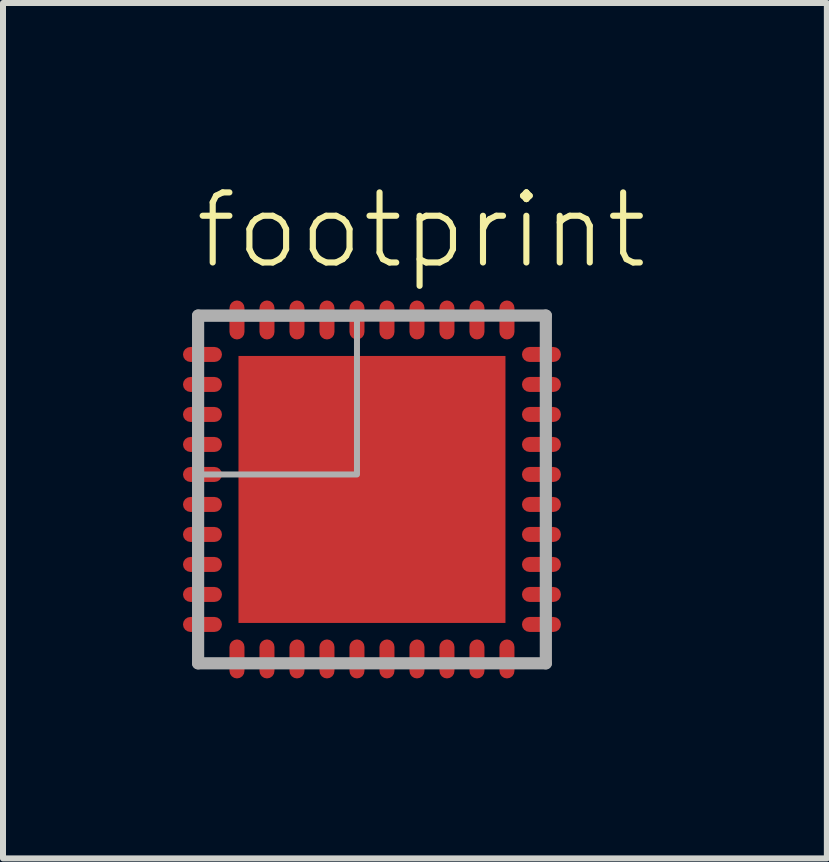
<source format=kicad_pcb>
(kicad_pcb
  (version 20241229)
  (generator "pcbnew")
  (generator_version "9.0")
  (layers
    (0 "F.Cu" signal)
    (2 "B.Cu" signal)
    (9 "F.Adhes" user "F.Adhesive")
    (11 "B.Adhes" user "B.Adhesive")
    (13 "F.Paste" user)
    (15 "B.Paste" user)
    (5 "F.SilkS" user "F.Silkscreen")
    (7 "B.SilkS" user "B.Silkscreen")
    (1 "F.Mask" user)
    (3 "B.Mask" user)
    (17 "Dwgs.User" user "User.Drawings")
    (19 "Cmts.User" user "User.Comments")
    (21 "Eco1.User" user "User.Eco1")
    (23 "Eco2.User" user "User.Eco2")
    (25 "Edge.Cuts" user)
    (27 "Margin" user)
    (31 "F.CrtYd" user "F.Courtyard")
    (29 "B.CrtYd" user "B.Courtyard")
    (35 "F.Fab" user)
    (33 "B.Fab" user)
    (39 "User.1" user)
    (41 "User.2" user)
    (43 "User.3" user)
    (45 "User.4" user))
  (footprint "footprint"
    (layer "F.Cu")
    (at 3.15 5.108)
    (property "Reference" "footprint" (at -3 -3.635 0) (layer "F.SilkS") (effects (font (size 1.168 1.168) (thickness 0.102)) (justify left bottom)))
    (fp_poly (pts (xy 2.327 2.327) (xy -2.327 2.327) (xy -2.327 -1.917) (xy -1.917 -2.327) (xy 2.327 -2.327)) (stroke (width 0) (type solid)) (fill yes) (layer "F.Mask"))
    (fp_poly (pts (xy 2.127 2.127) (xy -2.127 2.127) (xy -2.127 -1.842) (xy -1.842 -2.127) (xy 2.127 -2.127)) (stroke (width 0) (type solid)) (fill yes) (layer "F.Paste"))
    (fp_line (start -2.898 -2.898) (end -2.898 2.898) (stroke (width 0.203) (type solid)) (layer "F.Fab"))
    (fp_line (start -2.898 2.898) (end 2.898 2.898) (stroke (width 0.203) (type solid)) (layer "F.Fab"))
    (fp_line (start 2.898 -2.898) (end -2.898 -2.898) (stroke (width 0.203) (type solid)) (layer "F.Fab"))
    (fp_line (start 2.898 2.898) (end 2.898 -2.898) (stroke (width 0.203) (type solid)) (layer "F.Fab"))
    (fp_poly (pts (xy -2.85 -0.25) (xy -0.25 -0.25) (xy -0.25 -2.85) (xy -2.85 -2.85)) (stroke (width 0.1) (type solid)) (fill no) (layer "F.Fab"))
    (pad "1" smd roundrect (at -2.825 -2.25) (size 0.65 0.25) (layers "F.Cu" "F.Mask" "F.Paste") (roundrect_rratio 0.5))
    (pad "2" smd roundrect (at -2.825 -1.75) (size 0.65 0.25) (layers "F.Cu" "F.Mask" "F.Paste") (roundrect_rratio 0.5))
    (pad "3" smd roundrect (at -2.825 -1.25) (size 0.65 0.25) (layers "F.Cu" "F.Mask" "F.Paste") (roundrect_rratio 0.5))
    (pad "4" smd roundrect (at -2.825 -0.75) (size 0.65 0.25) (layers "F.Cu" "F.Mask" "F.Paste") (roundrect_rratio 0.5))
    (pad "5" smd roundrect (at -2.825 -0.25) (size 0.65 0.25) (layers "F.Cu" "F.Mask" "F.Paste") (roundrect_rratio 0.5))
    (pad "6" smd roundrect (at -2.825 0.25) (size 0.65 0.25) (layers "F.Cu" "F.Mask" "F.Paste") (roundrect_rratio 0.5))
    (pad "7" smd roundrect (at -2.825 0.75) (size 0.65 0.25) (layers "F.Cu" "F.Mask" "F.Paste") (roundrect_rratio 0.5))
    (pad "8" smd roundrect (at -2.825 1.25) (size 0.65 0.25) (layers "F.Cu" "F.Mask" "F.Paste") (roundrect_rratio 0.5))
    (pad "9" smd roundrect (at -2.825 1.75) (size 0.65 0.25) (layers "F.Cu" "F.Mask" "F.Paste") (roundrect_rratio 0.5))
    (pad "10" smd roundrect (at -2.825 2.25) (size 0.65 0.25) (layers "F.Cu" "F.Mask" "F.Paste") (roundrect_rratio 0.5))
    (pad "11" smd roundrect (at -2.25 2.825) (size 0.25 0.65) (layers "F.Cu" "F.Mask" "F.Paste") (roundrect_rratio 0.5))
    (pad "12" smd roundrect (at -1.75 2.825) (size 0.25 0.65) (layers "F.Cu" "F.Mask" "F.Paste") (roundrect_rratio 0.5))
    (pad "13" smd roundrect (at -1.25 2.825) (size 0.25 0.65) (layers "F.Cu" "F.Mask" "F.Paste") (roundrect_rratio 0.5))
    (pad "14" smd roundrect (at -0.75 2.825) (size 0.25 0.65) (layers "F.Cu" "F.Mask" "F.Paste") (roundrect_rratio 0.5))
    (pad "15" smd roundrect (at -0.25 2.825) (size 0.25 0.65) (layers "F.Cu" "F.Mask" "F.Paste") (roundrect_rratio 0.5))
    (pad "16" smd roundrect (at 0.25 2.825) (size 0.25 0.65) (layers "F.Cu" "F.Mask" "F.Paste") (roundrect_rratio 0.5))
    (pad "17" smd roundrect (at 0.75 2.825) (size 0.25 0.65) (layers "F.Cu" "F.Mask" "F.Paste") (roundrect_rratio 0.5))
    (pad "18" smd roundrect (at 1.25 2.825) (size 0.25 0.65) (layers "F.Cu" "F.Mask" "F.Paste") (roundrect_rratio 0.5))
    (pad "19" smd roundrect (at 1.75 2.825) (size 0.25 0.65) (layers "F.Cu" "F.Mask" "F.Paste") (roundrect_rratio 0.5))
    (pad "20" smd roundrect (at 2.25 2.825) (size 0.25 0.65) (layers "F.Cu" "F.Mask" "F.Paste") (roundrect_rratio 0.5))
    (pad "21" smd roundrect (at 2.825 2.25) (size 0.65 0.25) (layers "F.Cu" "F.Mask" "F.Paste") (roundrect_rratio 0.5))
    (pad "22" smd roundrect (at 2.825 1.75) (size 0.65 0.25) (layers "F.Cu" "F.Mask" "F.Paste") (roundrect_rratio 0.5))
    (pad "23" smd roundrect (at 2.825 1.25) (size 0.65 0.25) (layers "F.Cu" "F.Mask" "F.Paste") (roundrect_rratio 0.5))
    (pad "24" smd roundrect (at 2.825 0.75) (size 0.65 0.25) (layers "F.Cu" "F.Mask" "F.Paste") (roundrect_rratio 0.5))
    (pad "25" smd roundrect (at 2.825 0.25) (size 0.65 0.25) (layers "F.Cu" "F.Mask" "F.Paste") (roundrect_rratio 0.5))
    (pad "26" smd roundrect (at 2.825 -0.25) (size 0.65 0.25) (layers "F.Cu" "F.Mask" "F.Paste") (roundrect_rratio 0.5))
    (pad "27" smd roundrect (at 2.825 -0.75) (size 0.65 0.25) (layers "F.Cu" "F.Mask" "F.Paste") (roundrect_rratio 0.5))
    (pad "28" smd roundrect (at 2.825 -1.25) (size 0.65 0.25) (layers "F.Cu" "F.Mask" "F.Paste") (roundrect_rratio 0.5))
    (pad "29" smd roundrect (at 2.825 -1.75) (size 0.65 0.25) (layers "F.Cu" "F.Mask" "F.Paste") (roundrect_rratio 0.5))
    (pad "30" smd roundrect (at 2.825 -2.25) (size 0.65 0.25) (layers "F.Cu" "F.Mask" "F.Paste") (roundrect_rratio 0.5))
    (pad "31" smd roundrect (at 2.25 -2.825) (size 0.25 0.65) (layers "F.Cu" "F.Mask" "F.Paste") (roundrect_rratio 0.5))
    (pad "32" smd roundrect (at 1.75 -2.825) (size 0.25 0.65) (layers "F.Cu" "F.Mask" "F.Paste") (roundrect_rratio 0.5))
    (pad "33" smd roundrect (at 1.25 -2.825) (size 0.25 0.65) (layers "F.Cu" "F.Mask" "F.Paste") (roundrect_rratio 0.5))
    (pad "34" smd roundrect (at 0.75 -2.825) (size 0.25 0.65) (layers "F.Cu" "F.Mask" "F.Paste") (roundrect_rratio 0.5))
    (pad "35" smd roundrect (at 0.25 -2.825) (size 0.25 0.65) (layers "F.Cu" "F.Mask" "F.Paste") (roundrect_rratio 0.5))
    (pad "36" smd roundrect (at -0.25 -2.825) (size 0.25 0.65) (layers "F.Cu" "F.Mask" "F.Paste") (roundrect_rratio 0.5))
    (pad "37" smd roundrect (at -0.75 -2.825) (size 0.25 0.65) (layers "F.Cu" "F.Mask" "F.Paste") (roundrect_rratio 0.5))
    (pad "38" smd roundrect (at -1.25 -2.825) (size 0.25 0.65) (layers "F.Cu" "F.Mask" "F.Paste") (roundrect_rratio 0.5))
    (pad "39" smd roundrect (at -1.75 -2.825) (size 0.25 0.65) (layers "F.Cu" "F.Mask" "F.Paste") (roundrect_rratio 0.5))
    (pad "40" smd roundrect (at -2.25 -2.825) (size 0.25 0.65) (layers "F.Cu" "F.Mask" "F.Paste") (roundrect_rratio 0.5))
    (pad "EXP" smd rect (at 0 0) (size 4.45 4.45) (layers "F.Cu")))
  (gr_rect
    (start -3 -3)
    (end 10.732 11.258)
    (stroke (width 0.1) (type default))
    (fill no)
    (layer "Edge.Cuts")))
</source>
